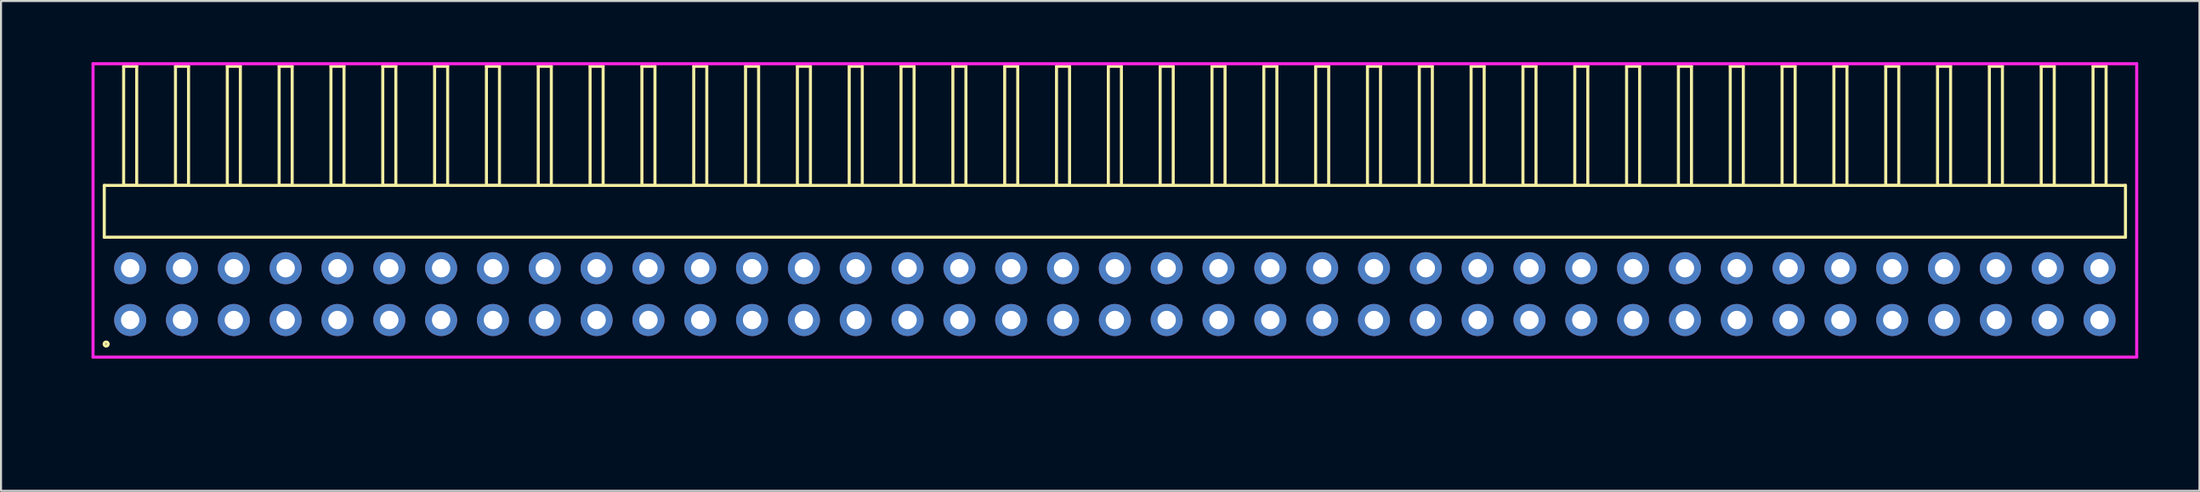
<source format=kicad_pcb>
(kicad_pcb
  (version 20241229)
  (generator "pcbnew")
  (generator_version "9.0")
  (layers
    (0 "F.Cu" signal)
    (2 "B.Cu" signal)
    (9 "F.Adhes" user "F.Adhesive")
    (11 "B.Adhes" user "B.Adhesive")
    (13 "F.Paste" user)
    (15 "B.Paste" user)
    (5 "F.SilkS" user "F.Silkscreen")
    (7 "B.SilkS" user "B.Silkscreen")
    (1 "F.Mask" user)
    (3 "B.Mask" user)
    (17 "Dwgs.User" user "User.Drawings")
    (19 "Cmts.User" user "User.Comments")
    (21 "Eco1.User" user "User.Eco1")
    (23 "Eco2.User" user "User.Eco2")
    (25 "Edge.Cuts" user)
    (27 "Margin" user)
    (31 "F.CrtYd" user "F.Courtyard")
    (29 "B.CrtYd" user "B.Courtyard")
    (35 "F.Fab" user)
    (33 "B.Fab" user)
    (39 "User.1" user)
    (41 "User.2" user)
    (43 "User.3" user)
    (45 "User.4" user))
  (footprint "HDR_RA254P39x2"
    (layer "F.Cu")
    (at 51.59 11.37)
    (property "Reference" "HDR_RA254P39x2" (at -50.83 0 90) (layer "User.1") (effects (font (size 1 1) (thickness 0.1))))
    (attr through_hole)
    (fp_line (start -49.53 -5.33) (end -49.53 -2.79) (stroke (width 0.15) (type solid)) (layer "F.SilkS"))
    (fp_line (start -49.53 -2.79) (end 49.53 -2.79) (stroke (width 0.15) (type solid)) (layer "F.SilkS"))
    (fp_line (start -48.58 -11.17) (end -48.58 -5.33) (stroke (width 0.15) (type solid)) (layer "F.SilkS"))
    (fp_line (start -48.58 -5.33) (end -47.94 -5.33) (stroke (width 0.15) (type solid)) (layer "F.SilkS"))
    (fp_line (start -47.94 -11.17) (end -48.58 -11.17) (stroke (width 0.15) (type solid)) (layer "F.SilkS"))
    (fp_line (start -47.94 -5.33) (end -47.94 -11.17) (stroke (width 0.15) (type solid)) (layer "F.SilkS"))
    (fp_line (start -46.04 -11.17) (end -46.04 -5.33) (stroke (width 0.15) (type solid)) (layer "F.SilkS"))
    (fp_line (start -46.04 -5.33) (end -45.4 -5.33) (stroke (width 0.15) (type solid)) (layer "F.SilkS"))
    (fp_line (start -45.4 -11.17) (end -46.04 -11.17) (stroke (width 0.15) (type solid)) (layer "F.SilkS"))
    (fp_line (start -45.4 -5.33) (end -45.4 -11.17) (stroke (width 0.15) (type solid)) (layer "F.SilkS"))
    (fp_line (start -43.5 -11.17) (end -43.5 -5.33) (stroke (width 0.15) (type solid)) (layer "F.SilkS"))
    (fp_line (start -43.5 -5.33) (end -42.86 -5.33) (stroke (width 0.15) (type solid)) (layer "F.SilkS"))
    (fp_line (start -42.86 -11.17) (end -43.5 -11.17) (stroke (width 0.15) (type solid)) (layer "F.SilkS"))
    (fp_line (start -42.86 -5.33) (end -42.86 -11.17) (stroke (width 0.15) (type solid)) (layer "F.SilkS"))
    (fp_line (start -40.96 -11.17) (end -40.96 -5.33) (stroke (width 0.15) (type solid)) (layer "F.SilkS"))
    (fp_line (start -40.96 -5.33) (end -40.32 -5.33) (stroke (width 0.15) (type solid)) (layer "F.SilkS"))
    (fp_line (start -40.32 -11.17) (end -40.96 -11.17) (stroke (width 0.15) (type solid)) (layer "F.SilkS"))
    (fp_line (start -40.32 -5.33) (end -40.32 -11.17) (stroke (width 0.15) (type solid)) (layer "F.SilkS"))
    (fp_line (start -38.42 -11.17) (end -38.42 -5.33) (stroke (width 0.15) (type solid)) (layer "F.SilkS"))
    (fp_line (start -38.42 -5.33) (end -37.78 -5.33) (stroke (width 0.15) (type solid)) (layer "F.SilkS"))
    (fp_line (start -37.78 -11.17) (end -38.42 -11.17) (stroke (width 0.15) (type solid)) (layer "F.SilkS"))
    (fp_line (start -37.78 -5.33) (end -37.78 -11.17) (stroke (width 0.15) (type solid)) (layer "F.SilkS"))
    (fp_line (start -35.88 -11.17) (end -35.88 -5.33) (stroke (width 0.15) (type solid)) (layer "F.SilkS"))
    (fp_line (start -35.88 -5.33) (end -35.24 -5.33) (stroke (width 0.15) (type solid)) (layer "F.SilkS"))
    (fp_line (start -35.24 -11.17) (end -35.88 -11.17) (stroke (width 0.15) (type solid)) (layer "F.SilkS"))
    (fp_line (start -35.24 -5.33) (end -35.24 -11.17) (stroke (width 0.15) (type solid)) (layer "F.SilkS"))
    (fp_line (start -33.34 -11.17) (end -33.34 -5.33) (stroke (width 0.15) (type solid)) (layer "F.SilkS"))
    (fp_line (start -33.34 -5.33) (end -32.7 -5.33) (stroke (width 0.15) (type solid)) (layer "F.SilkS"))
    (fp_line (start -32.7 -11.17) (end -33.34 -11.17) (stroke (width 0.15) (type solid)) (layer "F.SilkS"))
    (fp_line (start -32.7 -5.33) (end -32.7 -11.17) (stroke (width 0.15) (type solid)) (layer "F.SilkS"))
    (fp_line (start -30.8 -11.17) (end -30.8 -5.33) (stroke (width 0.15) (type solid)) (layer "F.SilkS"))
    (fp_line (start -30.8 -5.33) (end -30.16 -5.33) (stroke (width 0.15) (type solid)) (layer "F.SilkS"))
    (fp_line (start -30.16 -11.17) (end -30.8 -11.17) (stroke (width 0.15) (type solid)) (layer "F.SilkS"))
    (fp_line (start -30.16 -5.33) (end -30.16 -11.17) (stroke (width 0.15) (type solid)) (layer "F.SilkS"))
    (fp_line (start -28.26 -11.17) (end -28.26 -5.33) (stroke (width 0.15) (type solid)) (layer "F.SilkS"))
    (fp_line (start -28.26 -5.33) (end -27.62 -5.33) (stroke (width 0.15) (type solid)) (layer "F.SilkS"))
    (fp_line (start -27.62 -11.17) (end -28.26 -11.17) (stroke (width 0.15) (type solid)) (layer "F.SilkS"))
    (fp_line (start -27.62 -5.33) (end -27.62 -11.17) (stroke (width 0.15) (type solid)) (layer "F.SilkS"))
    (fp_line (start -25.72 -11.17) (end -25.72 -5.33) (stroke (width 0.15) (type solid)) (layer "F.SilkS"))
    (fp_line (start -25.72 -5.33) (end -25.08 -5.33) (stroke (width 0.15) (type solid)) (layer "F.SilkS"))
    (fp_line (start -25.08 -11.17) (end -25.72 -11.17) (stroke (width 0.15) (type solid)) (layer "F.SilkS"))
    (fp_line (start -25.08 -5.33) (end -25.08 -11.17) (stroke (width 0.15) (type solid)) (layer "F.SilkS"))
    (fp_line (start -23.18 -11.17) (end -23.18 -5.33) (stroke (width 0.15) (type solid)) (layer "F.SilkS"))
    (fp_line (start -23.18 -5.33) (end -22.54 -5.33) (stroke (width 0.15) (type solid)) (layer "F.SilkS"))
    (fp_line (start -22.54 -11.17) (end -23.18 -11.17) (stroke (width 0.15) (type solid)) (layer "F.SilkS"))
    (fp_line (start -22.54 -5.33) (end -22.54 -11.17) (stroke (width 0.15) (type solid)) (layer "F.SilkS"))
    (fp_line (start -20.64 -11.17) (end -20.64 -5.33) (stroke (width 0.15) (type solid)) (layer "F.SilkS"))
    (fp_line (start -20.64 -5.33) (end -20 -5.33) (stroke (width 0.15) (type solid)) (layer "F.SilkS"))
    (fp_line (start -20 -11.17) (end -20.64 -11.17) (stroke (width 0.15) (type solid)) (layer "F.SilkS"))
    (fp_line (start -20 -5.33) (end -20 -11.17) (stroke (width 0.15) (type solid)) (layer "F.SilkS"))
    (fp_line (start -18.1 -11.17) (end -18.1 -5.33) (stroke (width 0.15) (type solid)) (layer "F.SilkS"))
    (fp_line (start -18.1 -5.33) (end -17.46 -5.33) (stroke (width 0.15) (type solid)) (layer "F.SilkS"))
    (fp_line (start -17.46 -11.17) (end -18.1 -11.17) (stroke (width 0.15) (type solid)) (layer "F.SilkS"))
    (fp_line (start -17.46 -5.33) (end -17.46 -11.17) (stroke (width 0.15) (type solid)) (layer "F.SilkS"))
    (fp_line (start -15.56 -11.17) (end -15.56 -5.33) (stroke (width 0.15) (type solid)) (layer "F.SilkS"))
    (fp_line (start -15.56 -5.33) (end -14.92 -5.33) (stroke (width 0.15) (type solid)) (layer "F.SilkS"))
    (fp_line (start -14.92 -11.17) (end -15.56 -11.17) (stroke (width 0.15) (type solid)) (layer "F.SilkS"))
    (fp_line (start -14.92 -5.33) (end -14.92 -11.17) (stroke (width 0.15) (type solid)) (layer "F.SilkS"))
    (fp_line (start -13.02 -11.17) (end -13.02 -5.33) (stroke (width 0.15) (type solid)) (layer "F.SilkS"))
    (fp_line (start -13.02 -5.33) (end -12.38 -5.33) (stroke (width 0.15) (type solid)) (layer "F.SilkS"))
    (fp_line (start -12.38 -11.17) (end -13.02 -11.17) (stroke (width 0.15) (type solid)) (layer "F.SilkS"))
    (fp_line (start -12.38 -5.33) (end -12.38 -11.17) (stroke (width 0.15) (type solid)) (layer "F.SilkS"))
    (fp_line (start -10.48 -11.17) (end -10.48 -5.33) (stroke (width 0.15) (type solid)) (layer "F.SilkS"))
    (fp_line (start -10.48 -5.33) (end -9.84 -5.33) (stroke (width 0.15) (type solid)) (layer "F.SilkS"))
    (fp_line (start -9.84 -11.17) (end -10.48 -11.17) (stroke (width 0.15) (type solid)) (layer "F.SilkS"))
    (fp_line (start -9.84 -5.33) (end -9.84 -11.17) (stroke (width 0.15) (type solid)) (layer "F.SilkS"))
    (fp_line (start -7.94 -11.17) (end -7.94 -5.33) (stroke (width 0.15) (type solid)) (layer "F.SilkS"))
    (fp_line (start -7.94 -5.33) (end -7.3 -5.33) (stroke (width 0.15) (type solid)) (layer "F.SilkS"))
    (fp_line (start -7.3 -11.17) (end -7.94 -11.17) (stroke (width 0.15) (type solid)) (layer "F.SilkS"))
    (fp_line (start -7.3 -5.33) (end -7.3 -11.17) (stroke (width 0.15) (type solid)) (layer "F.SilkS"))
    (fp_line (start -5.4 -11.17) (end -5.4 -5.33) (stroke (width 0.15) (type solid)) (layer "F.SilkS"))
    (fp_line (start -5.4 -5.33) (end -4.76 -5.33) (stroke (width 0.15) (type solid)) (layer "F.SilkS"))
    (fp_line (start -4.76 -11.17) (end -5.4 -11.17) (stroke (width 0.15) (type solid)) (layer "F.SilkS"))
    (fp_line (start -4.76 -5.33) (end -4.76 -11.17) (stroke (width 0.15) (type solid)) (layer "F.SilkS"))
    (fp_line (start -2.86 -11.17) (end -2.86 -5.33) (stroke (width 0.15) (type solid)) (layer "F.SilkS"))
    (fp_line (start -2.86 -5.33) (end -2.22 -5.33) (stroke (width 0.15) (type solid)) (layer "F.SilkS"))
    (fp_line (start -2.22 -11.17) (end -2.86 -11.17) (stroke (width 0.15) (type solid)) (layer "F.SilkS"))
    (fp_line (start -2.22 -5.33) (end -2.22 -11.17) (stroke (width 0.15) (type solid)) (layer "F.SilkS"))
    (fp_line (start -0.32 -11.17) (end -0.32 -5.33) (stroke (width 0.15) (type solid)) (layer "F.SilkS"))
    (fp_line (start -0.32 -5.33) (end 0.32 -5.33) (stroke (width 0.15) (type solid)) (layer "F.SilkS"))
    (fp_line (start 0.32 -11.17) (end -0.32 -11.17) (stroke (width 0.15) (type solid)) (layer "F.SilkS"))
    (fp_line (start 0.32 -5.33) (end 0.32 -11.17) (stroke (width 0.15) (type solid)) (layer "F.SilkS"))
    (fp_line (start 2.22 -11.17) (end 2.22 -5.33) (stroke (width 0.15) (type solid)) (layer "F.SilkS"))
    (fp_line (start 2.22 -5.33) (end 2.86 -5.33) (stroke (width 0.15) (type solid)) (layer "F.SilkS"))
    (fp_line (start 2.86 -11.17) (end 2.22 -11.17) (stroke (width 0.15) (type solid)) (layer "F.SilkS"))
    (fp_line (start 2.86 -5.33) (end 2.86 -11.17) (stroke (width 0.15) (type solid)) (layer "F.SilkS"))
    (fp_line (start 4.76 -11.17) (end 4.76 -5.33) (stroke (width 0.15) (type solid)) (layer "F.SilkS"))
    (fp_line (start 4.76 -5.33) (end 5.4 -5.33) (stroke (width 0.15) (type solid)) (layer "F.SilkS"))
    (fp_line (start 5.4 -11.17) (end 4.76 -11.17) (stroke (width 0.15) (type solid)) (layer "F.SilkS"))
    (fp_line (start 5.4 -5.33) (end 5.4 -11.17) (stroke (width 0.15) (type solid)) (layer "F.SilkS"))
    (fp_line (start 7.3 -11.17) (end 7.3 -5.33) (stroke (width 0.15) (type solid)) (layer "F.SilkS"))
    (fp_line (start 7.3 -5.33) (end 7.94 -5.33) (stroke (width 0.15) (type solid)) (layer "F.SilkS"))
    (fp_line (start 7.94 -11.17) (end 7.3 -11.17) (stroke (width 0.15) (type solid)) (layer "F.SilkS"))
    (fp_line (start 7.94 -5.33) (end 7.94 -11.17) (stroke (width 0.15) (type solid)) (layer "F.SilkS"))
    (fp_line (start 9.84 -11.17) (end 9.84 -5.33) (stroke (width 0.15) (type solid)) (layer "F.SilkS"))
    (fp_line (start 9.84 -5.33) (end 10.48 -5.33) (stroke (width 0.15) (type solid)) (layer "F.SilkS"))
    (fp_line (start 10.48 -11.17) (end 9.84 -11.17) (stroke (width 0.15) (type solid)) (layer "F.SilkS"))
    (fp_line (start 10.48 -5.33) (end 10.48 -11.17) (stroke (width 0.15) (type solid)) (layer "F.SilkS"))
    (fp_line (start 12.38 -11.17) (end 12.38 -5.33) (stroke (width 0.15) (type solid)) (layer "F.SilkS"))
    (fp_line (start 12.38 -5.33) (end 13.02 -5.33) (stroke (width 0.15) (type solid)) (layer "F.SilkS"))
    (fp_line (start 13.02 -11.17) (end 12.38 -11.17) (stroke (width 0.15) (type solid)) (layer "F.SilkS"))
    (fp_line (start 13.02 -5.33) (end 13.02 -11.17) (stroke (width 0.15) (type solid)) (layer "F.SilkS"))
    (fp_line (start 14.92 -11.17) (end 14.92 -5.33) (stroke (width 0.15) (type solid)) (layer "F.SilkS"))
    (fp_line (start 14.92 -5.33) (end 15.56 -5.33) (stroke (width 0.15) (type solid)) (layer "F.SilkS"))
    (fp_line (start 15.56 -11.17) (end 14.92 -11.17) (stroke (width 0.15) (type solid)) (layer "F.SilkS"))
    (fp_line (start 15.56 -5.33) (end 15.56 -11.17) (stroke (width 0.15) (type solid)) (layer "F.SilkS"))
    (fp_line (start 17.46 -11.17) (end 17.46 -5.33) (stroke (width 0.15) (type solid)) (layer "F.SilkS"))
    (fp_line (start 17.46 -5.33) (end 18.1 -5.33) (stroke (width 0.15) (type solid)) (layer "F.SilkS"))
    (fp_line (start 18.1 -11.17) (end 17.46 -11.17) (stroke (width 0.15) (type solid)) (layer "F.SilkS"))
    (fp_line (start 18.1 -5.33) (end 18.1 -11.17) (stroke (width 0.15) (type solid)) (layer "F.SilkS"))
    (fp_line (start 20 -11.17) (end 20 -5.33) (stroke (width 0.15) (type solid)) (layer "F.SilkS"))
    (fp_line (start 20 -5.33) (end 20.64 -5.33) (stroke (width 0.15) (type solid)) (layer "F.SilkS"))
    (fp_line (start 20.64 -11.17) (end 20 -11.17) (stroke (width 0.15) (type solid)) (layer "F.SilkS"))
    (fp_line (start 20.64 -5.33) (end 20.64 -11.17) (stroke (width 0.15) (type solid)) (layer "F.SilkS"))
    (fp_line (start 22.54 -11.17) (end 22.54 -5.33) (stroke (width 0.15) (type solid)) (layer "F.SilkS"))
    (fp_line (start 22.54 -5.33) (end 23.18 -5.33) (stroke (width 0.15) (type solid)) (layer "F.SilkS"))
    (fp_line (start 23.18 -11.17) (end 22.54 -11.17) (stroke (width 0.15) (type solid)) (layer "F.SilkS"))
    (fp_line (start 23.18 -5.33) (end 23.18 -11.17) (stroke (width 0.15) (type solid)) (layer "F.SilkS"))
    (fp_line (start 25.08 -11.17) (end 25.08 -5.33) (stroke (width 0.15) (type solid)) (layer "F.SilkS"))
    (fp_line (start 25.08 -5.33) (end 25.72 -5.33) (stroke (width 0.15) (type solid)) (layer "F.SilkS"))
    (fp_line (start 25.72 -11.17) (end 25.08 -11.17) (stroke (width 0.15) (type solid)) (layer "F.SilkS"))
    (fp_line (start 25.72 -5.33) (end 25.72 -11.17) (stroke (width 0.15) (type solid)) (layer "F.SilkS"))
    (fp_line (start 27.62 -11.17) (end 27.62 -5.33) (stroke (width 0.15) (type solid)) (layer "F.SilkS"))
    (fp_line (start 27.62 -5.33) (end 28.26 -5.33) (stroke (width 0.15) (type solid)) (layer "F.SilkS"))
    (fp_line (start 28.26 -11.17) (end 27.62 -11.17) (stroke (width 0.15) (type solid)) (layer "F.SilkS"))
    (fp_line (start 28.26 -5.33) (end 28.26 -11.17) (stroke (width 0.15) (type solid)) (layer "F.SilkS"))
    (fp_line (start 30.16 -11.17) (end 30.16 -5.33) (stroke (width 0.15) (type solid)) (layer "F.SilkS"))
    (fp_line (start 30.16 -5.33) (end 30.8 -5.33) (stroke (width 0.15) (type solid)) (layer "F.SilkS"))
    (fp_line (start 30.8 -11.17) (end 30.16 -11.17) (stroke (width 0.15) (type solid)) (layer "F.SilkS"))
    (fp_line (start 30.8 -5.33) (end 30.8 -11.17) (stroke (width 0.15) (type solid)) (layer "F.SilkS"))
    (fp_line (start 32.7 -11.17) (end 32.7 -5.33) (stroke (width 0.15) (type solid)) (layer "F.SilkS"))
    (fp_line (start 32.7 -5.33) (end 33.34 -5.33) (stroke (width 0.15) (type solid)) (layer "F.SilkS"))
    (fp_line (start 33.34 -11.17) (end 32.7 -11.17) (stroke (width 0.15) (type solid)) (layer "F.SilkS"))
    (fp_line (start 33.34 -5.33) (end 33.34 -11.17) (stroke (width 0.15) (type solid)) (layer "F.SilkS"))
    (fp_line (start 35.24 -11.17) (end 35.24 -5.33) (stroke (width 0.15) (type solid)) (layer "F.SilkS"))
    (fp_line (start 35.24 -5.33) (end 35.88 -5.33) (stroke (width 0.15) (type solid)) (layer "F.SilkS"))
    (fp_line (start 35.88 -11.17) (end 35.24 -11.17) (stroke (width 0.15) (type solid)) (layer "F.SilkS"))
    (fp_line (start 35.88 -5.33) (end 35.88 -11.17) (stroke (width 0.15) (type solid)) (layer "F.SilkS"))
    (fp_line (start 37.78 -11.17) (end 37.78 -5.33) (stroke (width 0.15) (type solid)) (layer "F.SilkS"))
    (fp_line (start 37.78 -5.33) (end 38.42 -5.33) (stroke (width 0.15) (type solid)) (layer "F.SilkS"))
    (fp_line (start 38.42 -11.17) (end 37.78 -11.17) (stroke (width 0.15) (type solid)) (layer "F.SilkS"))
    (fp_line (start 38.42 -5.33) (end 38.42 -11.17) (stroke (width 0.15) (type solid)) (layer "F.SilkS"))
    (fp_line (start 40.32 -11.17) (end 40.32 -5.33) (stroke (width 0.15) (type solid)) (layer "F.SilkS"))
    (fp_line (start 40.32 -5.33) (end 40.96 -5.33) (stroke (width 0.15) (type solid)) (layer "F.SilkS"))
    (fp_line (start 40.96 -11.17) (end 40.32 -11.17) (stroke (width 0.15) (type solid)) (layer "F.SilkS"))
    (fp_line (start 40.96 -5.33) (end 40.96 -11.17) (stroke (width 0.15) (type solid)) (layer "F.SilkS"))
    (fp_line (start 42.86 -11.17) (end 42.86 -5.33) (stroke (width 0.15) (type solid)) (layer "F.SilkS"))
    (fp_line (start 42.86 -5.33) (end 43.5 -5.33) (stroke (width 0.15) (type solid)) (layer "F.SilkS"))
    (fp_line (start 43.5 -11.17) (end 42.86 -11.17) (stroke (width 0.15) (type solid)) (layer "F.SilkS"))
    (fp_line (start 43.5 -5.33) (end 43.5 -11.17) (stroke (width 0.15) (type solid)) (layer "F.SilkS"))
    (fp_line (start 45.4 -11.17) (end 45.4 -5.33) (stroke (width 0.15) (type solid)) (layer "F.SilkS"))
    (fp_line (start 45.4 -5.33) (end 46.04 -5.33) (stroke (width 0.15) (type solid)) (layer "F.SilkS"))
    (fp_line (start 46.04 -11.17) (end 45.4 -11.17) (stroke (width 0.15) (type solid)) (layer "F.SilkS"))
    (fp_line (start 46.04 -5.33) (end 46.04 -11.17) (stroke (width 0.15) (type solid)) (layer "F.SilkS"))
    (fp_line (start 47.94 -11.17) (end 47.94 -5.33) (stroke (width 0.15) (type solid)) (layer "F.SilkS"))
    (fp_line (start 47.94 -5.33) (end 48.58 -5.33) (stroke (width 0.15) (type solid)) (layer "F.SilkS"))
    (fp_line (start 48.58 -11.17) (end 47.94 -11.17) (stroke (width 0.15) (type solid)) (layer "F.SilkS"))
    (fp_line (start 48.58 -5.33) (end 48.58 -11.17) (stroke (width 0.15) (type solid)) (layer "F.SilkS"))
    (fp_line (start 49.53 -5.33) (end -49.53 -5.33) (stroke (width 0.15) (type solid)) (layer "F.SilkS"))
    (fp_line (start 49.53 -2.79) (end 49.53 -5.33) (stroke (width 0.15) (type solid)) (layer "F.SilkS"))
    (fp_circle (center -49.437 2.448) (end -49.337 2.448) (stroke (width 0.15) (type solid)) (fill no) (layer "F.SilkS"))
    (fp_line (start -50.08 -11.295) (end -50.08 3.09) (stroke (width 0.15) (type solid)) (layer "F.CrtYd"))
    (fp_line (start -50.08 3.09) (end 50.08 3.09) (stroke (width 0.15) (type solid)) (layer "F.CrtYd"))
    (fp_line (start 50.08 -11.295) (end -50.08 -11.295) (stroke (width 0.15) (type solid)) (layer "F.CrtYd"))
    (fp_line (start 50.08 3.09) (end 50.08 -11.295) (stroke (width 0.15) (type solid)) (layer "F.CrtYd"))
    (pad "1" thru_hole oval (at -48.26 1.27) (size 1.57 1.57) (drill 0.9) (layers "*.Cu" "*.Mask"))
    (pad "2" thru_hole oval (at -48.26 -1.27) (size 1.57 1.57) (drill 0.9) (layers "*.Cu" "*.Mask"))
    (pad "3" thru_hole oval (at -45.72 1.27) (size 1.57 1.57) (drill 0.9) (layers "*.Cu" "*.Mask"))
    (pad "4" thru_hole oval (at -45.72 -1.27) (size 1.57 1.57) (drill 0.9) (layers "*.Cu" "*.Mask"))
    (pad "5" thru_hole oval (at -43.18 1.27) (size 1.57 1.57) (drill 0.9) (layers "*.Cu" "*.Mask"))
    (pad "6" thru_hole oval (at -43.18 -1.27) (size 1.57 1.57) (drill 0.9) (layers "*.Cu" "*.Mask"))
    (pad "7" thru_hole oval (at -40.64 1.27) (size 1.57 1.57) (drill 0.9) (layers "*.Cu" "*.Mask"))
    (pad "8" thru_hole oval (at -40.64 -1.27) (size 1.57 1.57) (drill 0.9) (layers "*.Cu" "*.Mask"))
    (pad "9" thru_hole oval (at -38.1 1.27) (size 1.57 1.57) (drill 0.9) (layers "*.Cu" "*.Mask"))
    (pad "10" thru_hole oval (at -38.1 -1.27) (size 1.57 1.57) (drill 0.9) (layers "*.Cu" "*.Mask"))
    (pad "11" thru_hole oval (at -35.56 1.27) (size 1.57 1.57) (drill 0.9) (layers "*.Cu" "*.Mask"))
    (pad "12" thru_hole oval (at -35.56 -1.27) (size 1.57 1.57) (drill 0.9) (layers "*.Cu" "*.Mask"))
    (pad "13" thru_hole oval (at -33.02 1.27) (size 1.57 1.57) (drill 0.9) (layers "*.Cu" "*.Mask"))
    (pad "14" thru_hole oval (at -33.02 -1.27) (size 1.57 1.57) (drill 0.9) (layers "*.Cu" "*.Mask"))
    (pad "15" thru_hole oval (at -30.48 1.27) (size 1.57 1.57) (drill 0.9) (layers "*.Cu" "*.Mask"))
    (pad "16" thru_hole oval (at -30.48 -1.27) (size 1.57 1.57) (drill 0.9) (layers "*.Cu" "*.Mask"))
    (pad "17" thru_hole oval (at -27.94 1.27) (size 1.57 1.57) (drill 0.9) (layers "*.Cu" "*.Mask"))
    (pad "18" thru_hole oval (at -27.94 -1.27) (size 1.57 1.57) (drill 0.9) (layers "*.Cu" "*.Mask"))
    (pad "19" thru_hole oval (at -25.4 1.27) (size 1.57 1.57) (drill 0.9) (layers "*.Cu" "*.Mask"))
    (pad "20" thru_hole oval (at -25.4 -1.27) (size 1.57 1.57) (drill 0.9) (layers "*.Cu" "*.Mask"))
    (pad "21" thru_hole oval (at -22.86 1.27) (size 1.57 1.57) (drill 0.9) (layers "*.Cu" "*.Mask"))
    (pad "22" thru_hole oval (at -22.86 -1.27) (size 1.57 1.57) (drill 0.9) (layers "*.Cu" "*.Mask"))
    (pad "23" thru_hole oval (at -20.32 1.27) (size 1.57 1.57) (drill 0.9) (layers "*.Cu" "*.Mask"))
    (pad "24" thru_hole oval (at -20.32 -1.27) (size 1.57 1.57) (drill 0.9) (layers "*.Cu" "*.Mask"))
    (pad "25" thru_hole oval (at -17.78 1.27) (size 1.57 1.57) (drill 0.9) (layers "*.Cu" "*.Mask"))
    (pad "26" thru_hole oval (at -17.78 -1.27) (size 1.57 1.57) (drill 0.9) (layers "*.Cu" "*.Mask"))
    (pad "27" thru_hole oval (at -15.24 1.27) (size 1.57 1.57) (drill 0.9) (layers "*.Cu" "*.Mask"))
    (pad "28" thru_hole oval (at -15.24 -1.27) (size 1.57 1.57) (drill 0.9) (layers "*.Cu" "*.Mask"))
    (pad "29" thru_hole oval (at -12.7 1.27) (size 1.57 1.57) (drill 0.9) (layers "*.Cu" "*.Mask"))
    (pad "30" thru_hole oval (at -12.7 -1.27) (size 1.57 1.57) (drill 0.9) (layers "*.Cu" "*.Mask"))
    (pad "31" thru_hole oval (at -10.16 1.27) (size 1.57 1.57) (drill 0.9) (layers "*.Cu" "*.Mask"))
    (pad "32" thru_hole oval (at -10.16 -1.27) (size 1.57 1.57) (drill 0.9) (layers "*.Cu" "*.Mask"))
    (pad "33" thru_hole oval (at -7.62 1.27) (size 1.57 1.57) (drill 0.9) (layers "*.Cu" "*.Mask"))
    (pad "34" thru_hole oval (at -7.62 -1.27) (size 1.57 1.57) (drill 0.9) (layers "*.Cu" "*.Mask"))
    (pad "35" thru_hole oval (at -5.08 1.27) (size 1.57 1.57) (drill 0.9) (layers "*.Cu" "*.Mask"))
    (pad "36" thru_hole oval (at -5.08 -1.27) (size 1.57 1.57) (drill 0.9) (layers "*.Cu" "*.Mask"))
    (pad "37" thru_hole oval (at -2.54 1.27) (size 1.57 1.57) (drill 0.9) (layers "*.Cu" "*.Mask"))
    (pad "38" thru_hole oval (at -2.54 -1.27) (size 1.57 1.57) (drill 0.9) (layers "*.Cu" "*.Mask"))
    (pad "39" thru_hole oval (at 0 1.27) (size 1.57 1.57) (drill 0.9) (layers "*.Cu" "*.Mask"))
    (pad "40" thru_hole oval (at 0 -1.27) (size 1.57 1.57) (drill 0.9) (layers "*.Cu" "*.Mask"))
    (pad "41" thru_hole oval (at 2.54 1.27) (size 1.57 1.57) (drill 0.9) (layers "*.Cu" "*.Mask"))
    (pad "42" thru_hole oval (at 2.54 -1.27) (size 1.57 1.57) (drill 0.9) (layers "*.Cu" "*.Mask"))
    (pad "43" thru_hole oval (at 5.08 1.27) (size 1.57 1.57) (drill 0.9) (layers "*.Cu" "*.Mask"))
    (pad "44" thru_hole oval (at 5.08 -1.27) (size 1.57 1.57) (drill 0.9) (layers "*.Cu" "*.Mask"))
    (pad "45" thru_hole oval (at 7.62 1.27) (size 1.57 1.57) (drill 0.9) (layers "*.Cu" "*.Mask"))
    (pad "46" thru_hole oval (at 7.62 -1.27) (size 1.57 1.57) (drill 0.9) (layers "*.Cu" "*.Mask"))
    (pad "47" thru_hole oval (at 10.16 1.27) (size 1.57 1.57) (drill 0.9) (layers "*.Cu" "*.Mask"))
    (pad "48" thru_hole oval (at 10.16 -1.27) (size 1.57 1.57) (drill 0.9) (layers "*.Cu" "*.Mask"))
    (pad "49" thru_hole oval (at 12.7 1.27) (size 1.57 1.57) (drill 0.9) (layers "*.Cu" "*.Mask"))
    (pad "50" thru_hole oval (at 12.7 -1.27) (size 1.57 1.57) (drill 0.9) (layers "*.Cu" "*.Mask"))
    (pad "51" thru_hole oval (at 15.24 1.27) (size 1.57 1.57) (drill 0.9) (layers "*.Cu" "*.Mask"))
    (pad "52" thru_hole oval (at 15.24 -1.27) (size 1.57 1.57) (drill 0.9) (layers "*.Cu" "*.Mask"))
    (pad "53" thru_hole oval (at 17.78 1.27) (size 1.57 1.57) (drill 0.9) (layers "*.Cu" "*.Mask"))
    (pad "54" thru_hole oval (at 17.78 -1.27) (size 1.57 1.57) (drill 0.9) (layers "*.Cu" "*.Mask"))
    (pad "55" thru_hole oval (at 20.32 1.27) (size 1.57 1.57) (drill 0.9) (layers "*.Cu" "*.Mask"))
    (pad "56" thru_hole oval (at 20.32 -1.27) (size 1.57 1.57) (drill 0.9) (layers "*.Cu" "*.Mask"))
    (pad "57" thru_hole oval (at 22.86 1.27) (size 1.57 1.57) (drill 0.9) (layers "*.Cu" "*.Mask"))
    (pad "58" thru_hole oval (at 22.86 -1.27) (size 1.57 1.57) (drill 0.9) (layers "*.Cu" "*.Mask"))
    (pad "59" thru_hole oval (at 25.4 1.27) (size 1.57 1.57) (drill 0.9) (layers "*.Cu" "*.Mask"))
    (pad "60" thru_hole oval (at 25.4 -1.27) (size 1.57 1.57) (drill 0.9) (layers "*.Cu" "*.Mask"))
    (pad "61" thru_hole oval (at 27.94 1.27) (size 1.57 1.57) (drill 0.9) (layers "*.Cu" "*.Mask"))
    (pad "62" thru_hole oval (at 27.94 -1.27) (size 1.57 1.57) (drill 0.9) (layers "*.Cu" "*.Mask"))
    (pad "63" thru_hole oval (at 30.48 1.27) (size 1.57 1.57) (drill 0.9) (layers "*.Cu" "*.Mask"))
    (pad "64" thru_hole oval (at 30.48 -1.27) (size 1.57 1.57) (drill 0.9) (layers "*.Cu" "*.Mask"))
    (pad "65" thru_hole oval (at 33.02 1.27) (size 1.57 1.57) (drill 0.9) (layers "*.Cu" "*.Mask"))
    (pad "66" thru_hole oval (at 33.02 -1.27) (size 1.57 1.57) (drill 0.9) (layers "*.Cu" "*.Mask"))
    (pad "67" thru_hole oval (at 35.56 1.27) (size 1.57 1.57) (drill 0.9) (layers "*.Cu" "*.Mask"))
    (pad "68" thru_hole oval (at 35.56 -1.27) (size 1.57 1.57) (drill 0.9) (layers "*.Cu" "*.Mask"))
    (pad "69" thru_hole oval (at 38.1 1.27) (size 1.57 1.57) (drill 0.9) (layers "*.Cu" "*.Mask"))
    (pad "70" thru_hole oval (at 38.1 -1.27) (size 1.57 1.57) (drill 0.9) (layers "*.Cu" "*.Mask"))
    (pad "71" thru_hole oval (at 40.64 1.27) (size 1.57 1.57) (drill 0.9) (layers "*.Cu" "*.Mask"))
    (pad "72" thru_hole oval (at 40.64 -1.27) (size 1.57 1.57) (drill 0.9) (layers "*.Cu" "*.Mask"))
    (pad "73" thru_hole oval (at 43.18 1.27) (size 1.57 1.57) (drill 0.9) (layers "*.Cu" "*.Mask"))
    (pad "74" thru_hole oval (at 43.18 -1.27) (size 1.57 1.57) (drill 0.9) (layers "*.Cu" "*.Mask"))
    (pad "75" thru_hole oval (at 45.72 1.27) (size 1.57 1.57) (drill 0.9) (layers "*.Cu" "*.Mask"))
    (pad "76" thru_hole oval (at 45.72 -1.27) (size 1.57 1.57) (drill 0.9) (layers "*.Cu" "*.Mask"))
    (pad "77" thru_hole oval (at 48.26 1.27) (size 1.57 1.57) (drill 0.9) (layers "*.Cu" "*.Mask"))
    (pad "78" thru_hole oval (at 48.26 -1.27) (size 1.57 1.57) (drill 0.9) (layers "*.Cu" "*.Mask")))
  (gr_rect
    (start -3 -3)
    (end 104.746 21.015)
    (stroke (width 0.1) (type default))
    (fill no)
    (layer "Edge.Cuts")))
</source>
